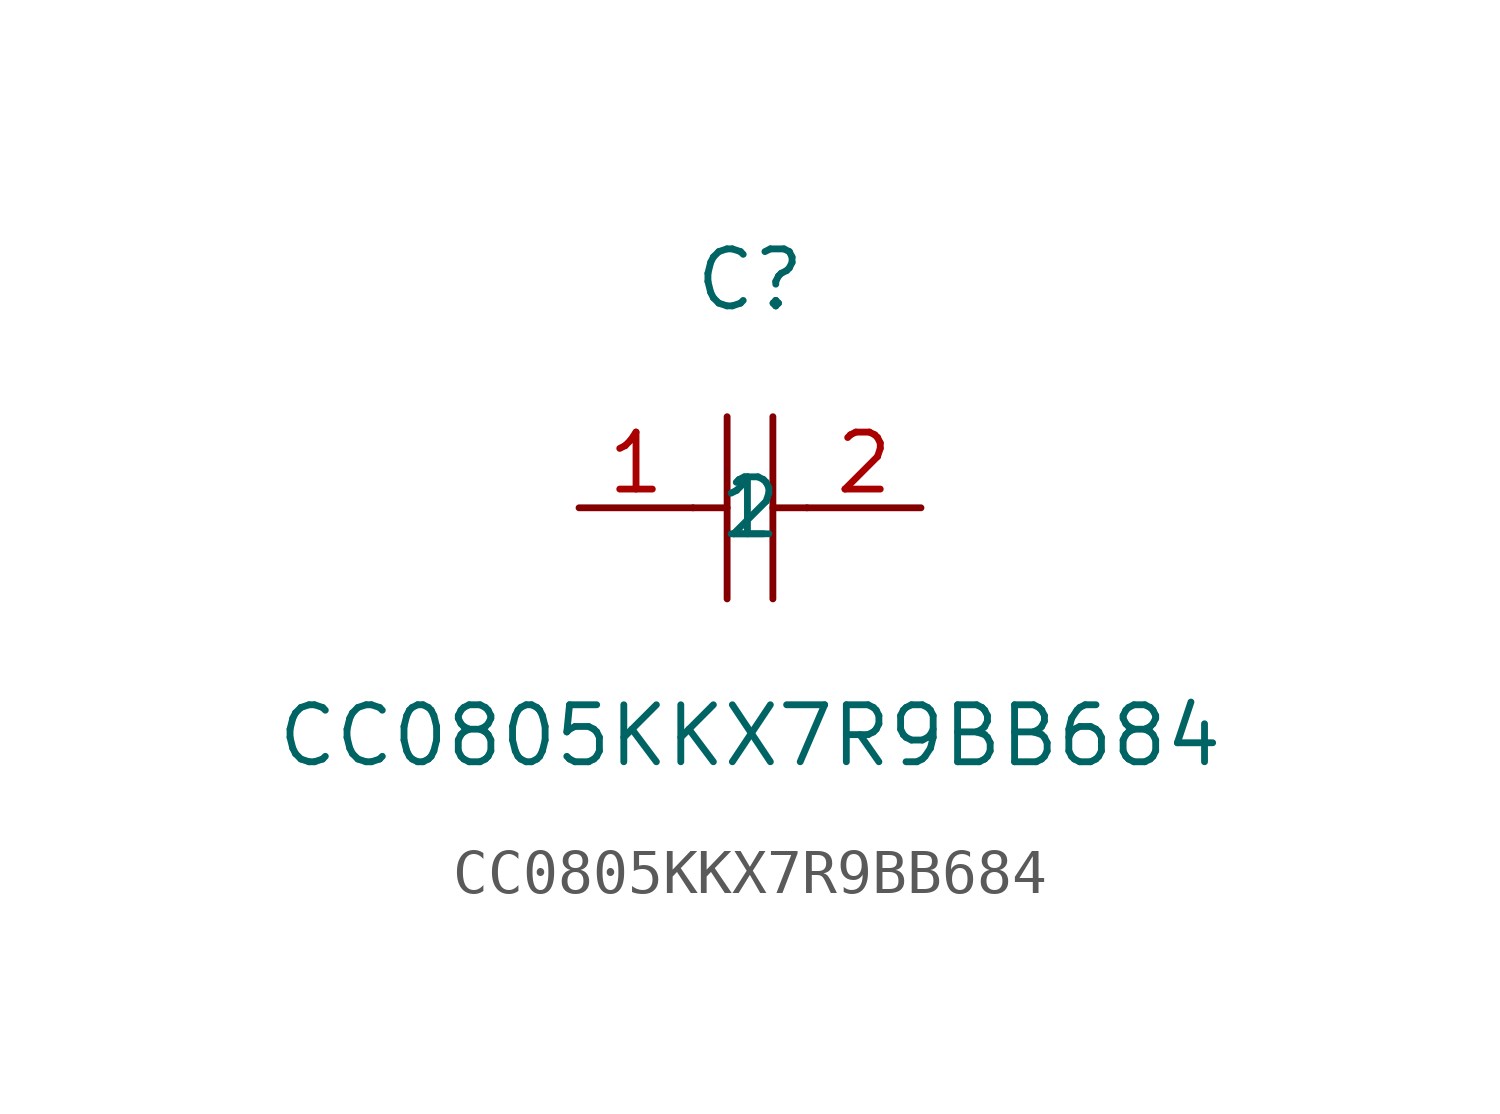
<source format=kicad_sym>
(kicad_symbol_lib
  (version 1)
  (generator "faebryk")
  (symbol "CC0805KKX7R9BB684"
    (property "Reference" "C"
      (at 0 5.08 0)
      (effects (font (size 1.27 1.27)) (hide no)))
    (property "Value" "CC0805KKX7R9BB684"
      (at 0 -5.08 0)
      (effects (font (size 1.27 1.27)) (hide no)))
    (symbol "CC0805KKX7R9BB684_0_1"
      (polyline (stroke (width 0) (type default) (color 0 0 0 0)) (fill (type none)) (pts (xy -0.51 2.03) (xy -0.51 -2.03)))
      (polyline (stroke (width 0) (type default) (color 0 0 0 0)) (fill (type none)) (pts (xy 0.51 2.03) (xy 0.51 -2.03)))
      (polyline (stroke (width 0) (type default) (color 0 0 0 0)) (fill (type none)) (pts (xy -1.27 0) (xy -0.51 0)))
      (polyline (stroke (width 0) (type default) (color 0 0 0 0)) (fill (type none)) (pts (xy 0.51 0) (xy 1.27 0)))
      (pin input line (at -3.81 0 0) (length 2.54) (name "1" (effects (font (size 1.27 1.27)) (hide no))) (number "1" (effects (font (size 1.27 1.27)) (hide no))))
      (pin input line (at 3.81 0 180) (length 2.54) (name "2" (effects (font (size 1.27 1.27)) (hide no))) (number "2" (effects (font (size 1.27 1.27)) (hide no)))))))
</source>
